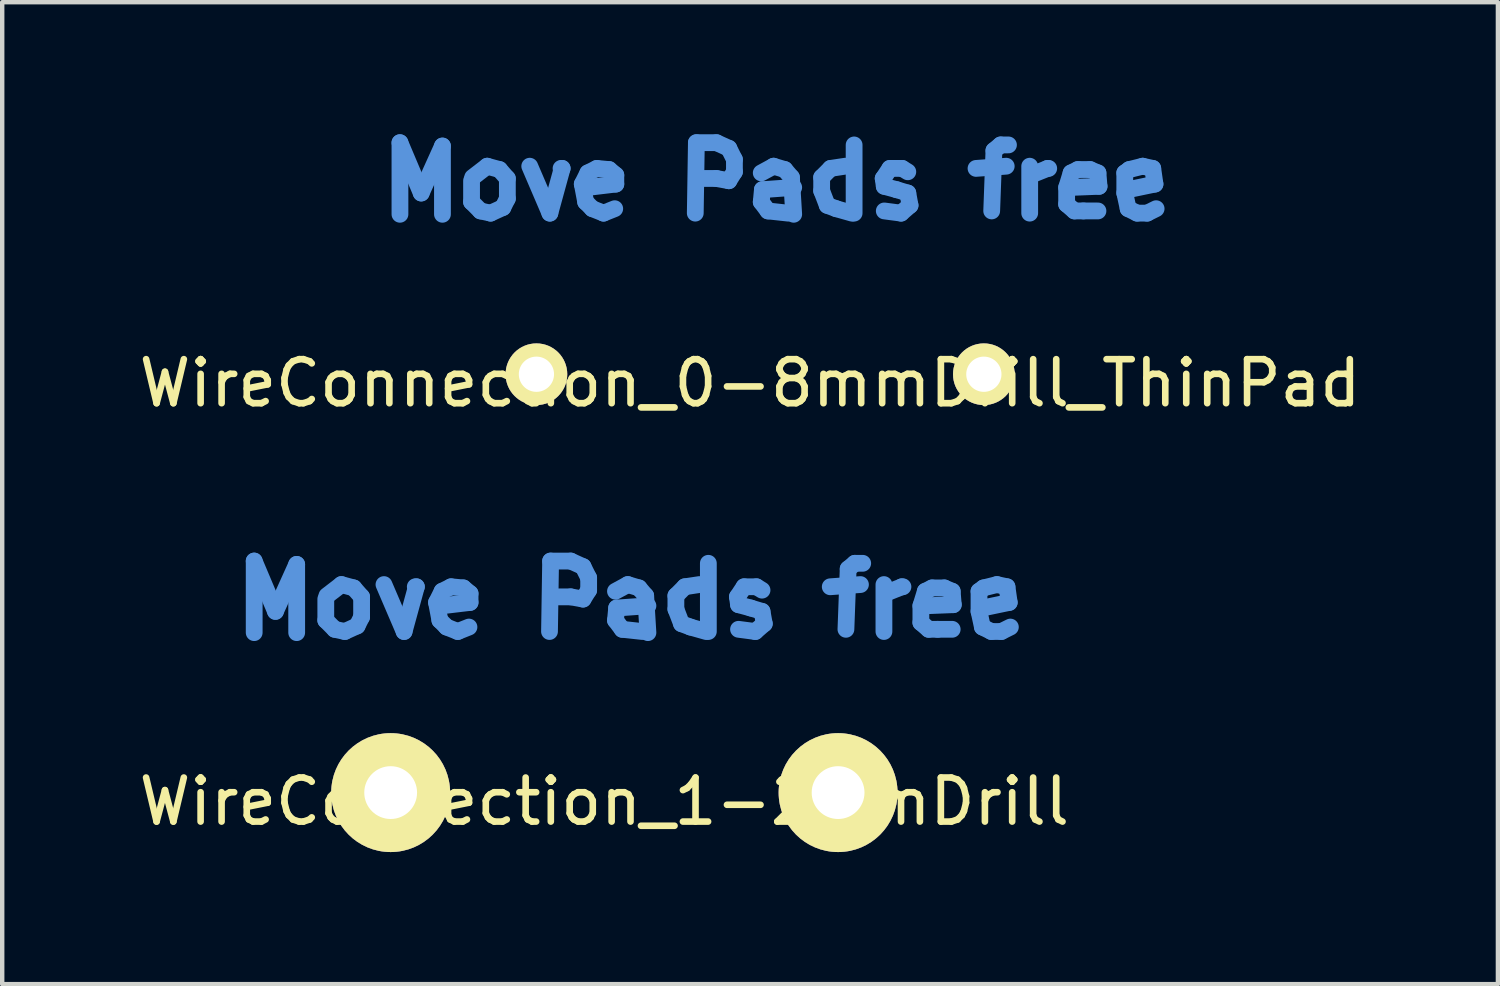
<source format=kicad_pcb>
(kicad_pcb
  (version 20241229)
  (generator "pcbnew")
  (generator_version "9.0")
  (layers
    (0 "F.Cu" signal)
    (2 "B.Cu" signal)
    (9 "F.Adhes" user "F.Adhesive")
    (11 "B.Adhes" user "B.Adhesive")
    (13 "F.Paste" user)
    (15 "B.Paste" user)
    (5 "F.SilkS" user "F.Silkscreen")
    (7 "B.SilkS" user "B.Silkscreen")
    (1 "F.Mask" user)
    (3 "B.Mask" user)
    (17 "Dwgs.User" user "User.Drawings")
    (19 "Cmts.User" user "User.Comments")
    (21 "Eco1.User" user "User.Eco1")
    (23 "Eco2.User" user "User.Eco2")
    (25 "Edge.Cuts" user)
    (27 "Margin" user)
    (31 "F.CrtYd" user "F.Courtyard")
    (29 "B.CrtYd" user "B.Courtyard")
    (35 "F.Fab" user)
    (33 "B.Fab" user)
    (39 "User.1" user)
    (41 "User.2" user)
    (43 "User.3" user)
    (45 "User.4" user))
  (footprint "WireConnection_1-2mmDrill"
    (layer "F.Cu")
    (at 10.901 14.948)
    (property "Reference" "WireConnection_1-2mmDrill" (at -0.229 0.203 0) (layer "F.SilkS") (effects (font (size 1 1) (thickness 0.15))))
    (attr through_hole)
    (fp_line (start -8.179 -5.258) (end -7.696 -4.115) (stroke (width 0.381) (type solid)) (layer "Cmts.User"))
    (fp_line (start -8.179 -3.632) (end -8.179 -5.258) (stroke (width 0.381) (type solid)) (layer "Cmts.User"))
    (fp_line (start -7.696 -4.115) (end -7.214 -5.182) (stroke (width 0.381) (type solid)) (layer "Cmts.User"))
    (fp_line (start -7.214 -5.182) (end -7.214 -3.632) (stroke (width 0.381) (type solid)) (layer "Cmts.User"))
    (fp_line (start -6.553 -4.394) (end -6.553 -3.912) (stroke (width 0.381) (type solid)) (layer "Cmts.User"))
    (fp_line (start -6.553 -3.912) (end -6.35 -3.708) (stroke (width 0.381) (type solid)) (layer "Cmts.User"))
    (fp_line (start -6.35 -3.708) (end -6.121 -3.658) (stroke (width 0.381) (type solid)) (layer "Cmts.User"))
    (fp_line (start -6.198 -4.724) (end -6.528 -4.47) (stroke (width 0.381) (type solid)) (layer "Cmts.User"))
    (fp_line (start -6.121 -3.658) (end -5.842 -3.785) (stroke (width 0.381) (type solid)) (layer "Cmts.User"))
    (fp_line (start -5.918 -4.648) (end -6.198 -4.724) (stroke (width 0.381) (type solid)) (layer "Cmts.User"))
    (fp_line (start -5.842 -3.785) (end -5.74 -3.988) (stroke (width 0.381) (type solid)) (layer "Cmts.User"))
    (fp_line (start -5.74 -4.445) (end -5.918 -4.648) (stroke (width 0.381) (type solid)) (layer "Cmts.User"))
    (fp_line (start -5.74 -3.988) (end -5.74 -4.445) (stroke (width 0.381) (type solid)) (layer "Cmts.User"))
    (fp_line (start -5.232 -4.724) (end -4.775 -3.658) (stroke (width 0.381) (type solid)) (layer "Cmts.User"))
    (fp_line (start -4.775 -3.658) (end -4.496 -4.674) (stroke (width 0.381) (type solid)) (layer "Cmts.User"))
    (fp_line (start -4.496 -4.674) (end -4.521 -4.674) (stroke (width 0.381) (type solid)) (layer "Cmts.User"))
    (fp_line (start -4.039 -4.318) (end -3.912 -4.572) (stroke (width 0.381) (type solid)) (layer "Cmts.User"))
    (fp_line (start -3.962 -3.912) (end -4.039 -4.318) (stroke (width 0.381) (type solid)) (layer "Cmts.User"))
    (fp_line (start -3.912 -4.572) (end -3.708 -4.674) (stroke (width 0.381) (type solid)) (layer "Cmts.User"))
    (fp_line (start -3.81 -3.759) (end -3.962 -3.912) (stroke (width 0.381) (type solid)) (layer "Cmts.User"))
    (fp_line (start -3.708 -4.674) (end -3.429 -4.648) (stroke (width 0.381) (type solid)) (layer "Cmts.User"))
    (fp_line (start -3.556 -3.658) (end -3.81 -3.759) (stroke (width 0.381) (type solid)) (layer "Cmts.User"))
    (fp_line (start -3.429 -4.648) (end -3.277 -4.521) (stroke (width 0.381) (type solid)) (layer "Cmts.User"))
    (fp_line (start -3.302 -3.759) (end -3.556 -3.658) (stroke (width 0.381) (type solid)) (layer "Cmts.User"))
    (fp_line (start -3.277 -4.521) (end -3.277 -4.318) (stroke (width 0.381) (type solid)) (layer "Cmts.User"))
    (fp_line (start -3.277 -4.318) (end -3.912 -4.242) (stroke (width 0.381) (type solid)) (layer "Cmts.User"))
    (fp_line (start -1.473 -3.658) (end -1.448 -5.258) (stroke (width 0.381) (type solid)) (layer "Cmts.User"))
    (fp_line (start -1.448 -5.258) (end -0.991 -5.258) (stroke (width 0.381) (type solid)) (layer "Cmts.User"))
    (fp_line (start -0.991 -5.258) (end -0.711 -5.131) (stroke (width 0.381) (type solid)) (layer "Cmts.User"))
    (fp_line (start -0.991 -4.445) (end -1.448 -4.445) (stroke (width 0.381) (type solid)) (layer "Cmts.User"))
    (fp_line (start -0.711 -5.131) (end -0.584 -4.877) (stroke (width 0.381) (type solid)) (layer "Cmts.User"))
    (fp_line (start -0.711 -4.394) (end -0.991 -4.445) (stroke (width 0.381) (type solid)) (layer "Cmts.User"))
    (fp_line (start -0.584 -4.877) (end -0.584 -4.597) (stroke (width 0.381) (type solid)) (layer "Cmts.User"))
    (fp_line (start -0.584 -4.597) (end -0.711 -4.394) (stroke (width 0.381) (type solid)) (layer "Cmts.User"))
    (fp_line (start 0.025 -4.572) (end 0.305 -4.724) (stroke (width 0.381) (type solid)) (layer "Cmts.User"))
    (fp_line (start 0.025 -3.912) (end 0.051 -4.191) (stroke (width 0.381) (type solid)) (layer "Cmts.User"))
    (fp_line (start 0.051 -4.191) (end 0.762 -4.242) (stroke (width 0.381) (type solid)) (layer "Cmts.User"))
    (fp_line (start 0.178 -3.708) (end 0.025 -3.912) (stroke (width 0.381) (type solid)) (layer "Cmts.User"))
    (fp_line (start 0.305 -4.724) (end 0.559 -4.648) (stroke (width 0.381) (type solid)) (layer "Cmts.User"))
    (fp_line (start 0.559 -4.648) (end 0.711 -4.47) (stroke (width 0.381) (type solid)) (layer "Cmts.User"))
    (fp_line (start 0.635 -3.658) (end 0.178 -3.708) (stroke (width 0.381) (type solid)) (layer "Cmts.User"))
    (fp_line (start 0.711 -4.47) (end 0.762 -3.632) (stroke (width 0.381) (type solid)) (layer "Cmts.User"))
    (fp_line (start 1.397 -4.47) (end 1.6 -4.674) (stroke (width 0.381) (type solid)) (layer "Cmts.User"))
    (fp_line (start 1.397 -4.166) (end 1.397 -4.47) (stroke (width 0.381) (type solid)) (layer "Cmts.User"))
    (fp_line (start 1.524 -3.835) (end 1.397 -4.166) (stroke (width 0.381) (type solid)) (layer "Cmts.User"))
    (fp_line (start 1.6 -4.674) (end 1.93 -4.724) (stroke (width 0.381) (type solid)) (layer "Cmts.User"))
    (fp_line (start 1.727 -3.759) (end 1.524 -3.835) (stroke (width 0.381) (type solid)) (layer "Cmts.User"))
    (fp_line (start 2.083 -3.658) (end 1.727 -3.759) (stroke (width 0.381) (type solid)) (layer "Cmts.User"))
    (fp_line (start 2.134 -5.207) (end 2.134 -3.658) (stroke (width 0.381) (type solid)) (layer "Cmts.User"))
    (fp_line (start 2.794 -4.445) (end 2.819 -4.267) (stroke (width 0.381) (type solid)) (layer "Cmts.User"))
    (fp_line (start 2.819 -4.267) (end 3.099 -4.191) (stroke (width 0.381) (type solid)) (layer "Cmts.User"))
    (fp_line (start 2.946 -4.674) (end 2.794 -4.445) (stroke (width 0.381) (type solid)) (layer "Cmts.User"))
    (fp_line (start 3.099 -4.191) (end 3.353 -4.115) (stroke (width 0.381) (type solid)) (layer "Cmts.User"))
    (fp_line (start 3.2 -3.658) (end 2.819 -3.708) (stroke (width 0.381) (type solid)) (layer "Cmts.User"))
    (fp_line (start 3.226 -4.674) (end 2.946 -4.674) (stroke (width 0.381) (type solid)) (layer "Cmts.User"))
    (fp_line (start 3.353 -4.597) (end 3.226 -4.674) (stroke (width 0.381) (type solid)) (layer "Cmts.User"))
    (fp_line (start 3.353 -4.115) (end 3.404 -3.835) (stroke (width 0.381) (type solid)) (layer "Cmts.User"))
    (fp_line (start 3.404 -3.835) (end 3.2 -3.658) (stroke (width 0.381) (type solid)) (layer "Cmts.User"))
    (fp_line (start 4.902 -4.674) (end 5.588 -4.724) (stroke (width 0.381) (type solid)) (layer "Cmts.User"))
    (fp_line (start 5.309 -5.08) (end 5.258 -3.708) (stroke (width 0.381) (type solid)) (layer "Cmts.User"))
    (fp_line (start 5.461 -5.207) (end 5.309 -5.08) (stroke (width 0.381) (type solid)) (layer "Cmts.User"))
    (fp_line (start 5.639 -5.207) (end 5.461 -5.207) (stroke (width 0.381) (type solid)) (layer "Cmts.User"))
    (fp_line (start 6.121 -4.724) (end 6.121 -3.658) (stroke (width 0.381) (type solid)) (layer "Cmts.User"))
    (fp_line (start 6.147 -4.521) (end 6.528 -4.674) (stroke (width 0.381) (type solid)) (layer "Cmts.User"))
    (fp_line (start 6.528 -4.674) (end 6.553 -4.674) (stroke (width 0.381) (type solid)) (layer "Cmts.User"))
    (fp_line (start 6.96 -4.242) (end 7.061 -4.572) (stroke (width 0.381) (type solid)) (layer "Cmts.User"))
    (fp_line (start 6.96 -3.861) (end 6.96 -4.242) (stroke (width 0.381) (type solid)) (layer "Cmts.User"))
    (fp_line (start 7.061 -4.572) (end 7.214 -4.648) (stroke (width 0.381) (type solid)) (layer "Cmts.User"))
    (fp_line (start 7.137 -3.708) (end 6.96 -3.861) (stroke (width 0.381) (type solid)) (layer "Cmts.User"))
    (fp_line (start 7.214 -4.648) (end 7.493 -4.648) (stroke (width 0.381) (type solid)) (layer "Cmts.User"))
    (fp_line (start 7.341 -3.708) (end 7.137 -3.708) (stroke (width 0.381) (type solid)) (layer "Cmts.User"))
    (fp_line (start 7.493 -4.648) (end 7.671 -4.572) (stroke (width 0.381) (type solid)) (layer "Cmts.User"))
    (fp_line (start 7.671 -4.572) (end 7.696 -4.267) (stroke (width 0.381) (type solid)) (layer "Cmts.User"))
    (fp_line (start 7.671 -3.708) (end 7.341 -3.708) (stroke (width 0.381) (type solid)) (layer "Cmts.User"))
    (fp_line (start 7.696 -4.267) (end 7.061 -4.242) (stroke (width 0.381) (type solid)) (layer "Cmts.User"))
    (fp_line (start 8.28 -4.572) (end 8.382 -4.648) (stroke (width 0.381) (type solid)) (layer "Cmts.User"))
    (fp_line (start 8.28 -4.115) (end 8.28 -4.572) (stroke (width 0.381) (type solid)) (layer "Cmts.User"))
    (fp_line (start 8.357 -4.191) (end 8.357 -4.242) (stroke (width 0.381) (type solid)) (layer "Cmts.User"))
    (fp_line (start 8.357 -3.759) (end 8.28 -4.115) (stroke (width 0.381) (type solid)) (layer "Cmts.User"))
    (fp_line (start 8.382 -4.648) (end 8.687 -4.724) (stroke (width 0.381) (type solid)) (layer "Cmts.User"))
    (fp_line (start 8.56 -3.658) (end 8.357 -3.759) (stroke (width 0.381) (type solid)) (layer "Cmts.User"))
    (fp_line (start 8.687 -4.724) (end 8.915 -4.674) (stroke (width 0.381) (type solid)) (layer "Cmts.User"))
    (fp_line (start 8.788 -3.658) (end 8.56 -3.658) (stroke (width 0.381) (type solid)) (layer "Cmts.User"))
    (fp_line (start 8.915 -4.674) (end 8.966 -4.318) (stroke (width 0.381) (type solid)) (layer "Cmts.User"))
    (fp_line (start 8.966 -4.318) (end 8.357 -4.191) (stroke (width 0.381) (type solid)) (layer "Cmts.User"))
    (fp_line (start 8.992 -3.759) (end 8.788 -3.658) (stroke (width 0.381) (type solid)) (layer "Cmts.User"))
    (pad "1" thru_hole circle (at -5.08 0) (size 2.7 2.7) (drill 1.199) (layers "*.Cu" "*.Mask" "F.SilkS"))
    (pad "2" thru_hole circle (at 5.08 0) (size 2.7 2.7) (drill 1.199) (layers "*.Cu" "*.Mask" "F.SilkS")))
  (footprint "WireConnection_0-8mmDrill_ThinPad"
    (layer "F.Cu")
    (at 14.211 5.448)
    (property "Reference" "WireConnection_0-8mmDrill_ThinPad" (at -0.229 0.203 0) (layer "F.SilkS") (effects (font (size 1 1) (thickness 0.15))))
    (attr through_hole)
    (fp_line (start -8.179 -5.258) (end -7.696 -4.115) (stroke (width 0.381) (type solid)) (layer "Cmts.User"))
    (fp_line (start -8.179 -3.632) (end -8.179 -5.258) (stroke (width 0.381) (type solid)) (layer "Cmts.User"))
    (fp_line (start -7.696 -4.115) (end -7.214 -5.182) (stroke (width 0.381) (type solid)) (layer "Cmts.User"))
    (fp_line (start -7.214 -5.182) (end -7.214 -3.632) (stroke (width 0.381) (type solid)) (layer "Cmts.User"))
    (fp_line (start -6.553 -4.394) (end -6.553 -3.912) (stroke (width 0.381) (type solid)) (layer "Cmts.User"))
    (fp_line (start -6.553 -3.912) (end -6.35 -3.708) (stroke (width 0.381) (type solid)) (layer "Cmts.User"))
    (fp_line (start -6.35 -3.708) (end -6.121 -3.658) (stroke (width 0.381) (type solid)) (layer "Cmts.User"))
    (fp_line (start -6.198 -4.724) (end -6.528 -4.47) (stroke (width 0.381) (type solid)) (layer "Cmts.User"))
    (fp_line (start -6.121 -3.658) (end -5.842 -3.785) (stroke (width 0.381) (type solid)) (layer "Cmts.User"))
    (fp_line (start -5.918 -4.648) (end -6.198 -4.724) (stroke (width 0.381) (type solid)) (layer "Cmts.User"))
    (fp_line (start -5.842 -3.785) (end -5.74 -3.988) (stroke (width 0.381) (type solid)) (layer "Cmts.User"))
    (fp_line (start -5.74 -4.445) (end -5.918 -4.648) (stroke (width 0.381) (type solid)) (layer "Cmts.User"))
    (fp_line (start -5.74 -3.988) (end -5.74 -4.445) (stroke (width 0.381) (type solid)) (layer "Cmts.User"))
    (fp_line (start -5.232 -4.724) (end -4.775 -3.658) (stroke (width 0.381) (type solid)) (layer "Cmts.User"))
    (fp_line (start -4.775 -3.658) (end -4.496 -4.674) (stroke (width 0.381) (type solid)) (layer "Cmts.User"))
    (fp_line (start -4.496 -4.674) (end -4.521 -4.674) (stroke (width 0.381) (type solid)) (layer "Cmts.User"))
    (fp_line (start -4.039 -4.318) (end -3.912 -4.572) (stroke (width 0.381) (type solid)) (layer "Cmts.User"))
    (fp_line (start -3.962 -3.912) (end -4.039 -4.318) (stroke (width 0.381) (type solid)) (layer "Cmts.User"))
    (fp_line (start -3.912 -4.572) (end -3.708 -4.674) (stroke (width 0.381) (type solid)) (layer "Cmts.User"))
    (fp_line (start -3.81 -3.759) (end -3.962 -3.912) (stroke (width 0.381) (type solid)) (layer "Cmts.User"))
    (fp_line (start -3.708 -4.674) (end -3.429 -4.648) (stroke (width 0.381) (type solid)) (layer "Cmts.User"))
    (fp_line (start -3.556 -3.658) (end -3.81 -3.759) (stroke (width 0.381) (type solid)) (layer "Cmts.User"))
    (fp_line (start -3.429 -4.648) (end -3.277 -4.521) (stroke (width 0.381) (type solid)) (layer "Cmts.User"))
    (fp_line (start -3.302 -3.759) (end -3.556 -3.658) (stroke (width 0.381) (type solid)) (layer "Cmts.User"))
    (fp_line (start -3.277 -4.521) (end -3.277 -4.318) (stroke (width 0.381) (type solid)) (layer "Cmts.User"))
    (fp_line (start -3.277 -4.318) (end -3.912 -4.242) (stroke (width 0.381) (type solid)) (layer "Cmts.User"))
    (fp_line (start -1.473 -3.658) (end -1.448 -5.258) (stroke (width 0.381) (type solid)) (layer "Cmts.User"))
    (fp_line (start -1.448 -5.258) (end -0.991 -5.258) (stroke (width 0.381) (type solid)) (layer "Cmts.User"))
    (fp_line (start -0.991 -5.258) (end -0.711 -5.131) (stroke (width 0.381) (type solid)) (layer "Cmts.User"))
    (fp_line (start -0.991 -4.445) (end -1.448 -4.445) (stroke (width 0.381) (type solid)) (layer "Cmts.User"))
    (fp_line (start -0.711 -5.131) (end -0.584 -4.877) (stroke (width 0.381) (type solid)) (layer "Cmts.User"))
    (fp_line (start -0.711 -4.394) (end -0.991 -4.445) (stroke (width 0.381) (type solid)) (layer "Cmts.User"))
    (fp_line (start -0.584 -4.877) (end -0.584 -4.597) (stroke (width 0.381) (type solid)) (layer "Cmts.User"))
    (fp_line (start -0.584 -4.597) (end -0.711 -4.394) (stroke (width 0.381) (type solid)) (layer "Cmts.User"))
    (fp_line (start 0.025 -4.572) (end 0.305 -4.724) (stroke (width 0.381) (type solid)) (layer "Cmts.User"))
    (fp_line (start 0.025 -3.912) (end 0.051 -4.191) (stroke (width 0.381) (type solid)) (layer "Cmts.User"))
    (fp_line (start 0.051 -4.191) (end 0.762 -4.242) (stroke (width 0.381) (type solid)) (layer "Cmts.User"))
    (fp_line (start 0.178 -3.708) (end 0.025 -3.912) (stroke (width 0.381) (type solid)) (layer "Cmts.User"))
    (fp_line (start 0.305 -4.724) (end 0.559 -4.648) (stroke (width 0.381) (type solid)) (layer "Cmts.User"))
    (fp_line (start 0.559 -4.648) (end 0.711 -4.47) (stroke (width 0.381) (type solid)) (layer "Cmts.User"))
    (fp_line (start 0.635 -3.658) (end 0.178 -3.708) (stroke (width 0.381) (type solid)) (layer "Cmts.User"))
    (fp_line (start 0.711 -4.47) (end 0.762 -3.632) (stroke (width 0.381) (type solid)) (layer "Cmts.User"))
    (fp_line (start 1.397 -4.47) (end 1.6 -4.674) (stroke (width 0.381) (type solid)) (layer "Cmts.User"))
    (fp_line (start 1.397 -4.166) (end 1.397 -4.47) (stroke (width 0.381) (type solid)) (layer "Cmts.User"))
    (fp_line (start 1.524 -3.835) (end 1.397 -4.166) (stroke (width 0.381) (type solid)) (layer "Cmts.User"))
    (fp_line (start 1.6 -4.674) (end 1.93 -4.724) (stroke (width 0.381) (type solid)) (layer "Cmts.User"))
    (fp_line (start 1.727 -3.759) (end 1.524 -3.835) (stroke (width 0.381) (type solid)) (layer "Cmts.User"))
    (fp_line (start 2.083 -3.658) (end 1.727 -3.759) (stroke (width 0.381) (type solid)) (layer "Cmts.User"))
    (fp_line (start 2.134 -5.207) (end 2.134 -3.658) (stroke (width 0.381) (type solid)) (layer "Cmts.User"))
    (fp_line (start 2.794 -4.445) (end 2.819 -4.267) (stroke (width 0.381) (type solid)) (layer "Cmts.User"))
    (fp_line (start 2.819 -4.267) (end 3.099 -4.191) (stroke (width 0.381) (type solid)) (layer "Cmts.User"))
    (fp_line (start 2.946 -4.674) (end 2.794 -4.445) (stroke (width 0.381) (type solid)) (layer "Cmts.User"))
    (fp_line (start 3.099 -4.191) (end 3.353 -4.115) (stroke (width 0.381) (type solid)) (layer "Cmts.User"))
    (fp_line (start 3.2 -3.658) (end 2.819 -3.708) (stroke (width 0.381) (type solid)) (layer "Cmts.User"))
    (fp_line (start 3.226 -4.674) (end 2.946 -4.674) (stroke (width 0.381) (type solid)) (layer "Cmts.User"))
    (fp_line (start 3.353 -4.597) (end 3.226 -4.674) (stroke (width 0.381) (type solid)) (layer "Cmts.User"))
    (fp_line (start 3.353 -4.115) (end 3.404 -3.835) (stroke (width 0.381) (type solid)) (layer "Cmts.User"))
    (fp_line (start 3.404 -3.835) (end 3.2 -3.658) (stroke (width 0.381) (type solid)) (layer "Cmts.User"))
    (fp_line (start 4.902 -4.674) (end 5.588 -4.724) (stroke (width 0.381) (type solid)) (layer "Cmts.User"))
    (fp_line (start 5.309 -5.08) (end 5.258 -3.708) (stroke (width 0.381) (type solid)) (layer "Cmts.User"))
    (fp_line (start 5.461 -5.207) (end 5.309 -5.08) (stroke (width 0.381) (type solid)) (layer "Cmts.User"))
    (fp_line (start 5.639 -5.207) (end 5.461 -5.207) (stroke (width 0.381) (type solid)) (layer "Cmts.User"))
    (fp_line (start 6.121 -4.724) (end 6.121 -3.658) (stroke (width 0.381) (type solid)) (layer "Cmts.User"))
    (fp_line (start 6.147 -4.521) (end 6.528 -4.674) (stroke (width 0.381) (type solid)) (layer "Cmts.User"))
    (fp_line (start 6.528 -4.674) (end 6.553 -4.674) (stroke (width 0.381) (type solid)) (layer "Cmts.User"))
    (fp_line (start 6.96 -4.242) (end 7.061 -4.572) (stroke (width 0.381) (type solid)) (layer "Cmts.User"))
    (fp_line (start 6.96 -3.861) (end 6.96 -4.242) (stroke (width 0.381) (type solid)) (layer "Cmts.User"))
    (fp_line (start 7.061 -4.572) (end 7.214 -4.648) (stroke (width 0.381) (type solid)) (layer "Cmts.User"))
    (fp_line (start 7.137 -3.708) (end 6.96 -3.861) (stroke (width 0.381) (type solid)) (layer "Cmts.User"))
    (fp_line (start 7.214 -4.648) (end 7.493 -4.648) (stroke (width 0.381) (type solid)) (layer "Cmts.User"))
    (fp_line (start 7.341 -3.708) (end 7.137 -3.708) (stroke (width 0.381) (type solid)) (layer "Cmts.User"))
    (fp_line (start 7.493 -4.648) (end 7.671 -4.572) (stroke (width 0.381) (type solid)) (layer "Cmts.User"))
    (fp_line (start 7.671 -4.572) (end 7.696 -4.267) (stroke (width 0.381) (type solid)) (layer "Cmts.User"))
    (fp_line (start 7.671 -3.708) (end 7.341 -3.708) (stroke (width 0.381) (type solid)) (layer "Cmts.User"))
    (fp_line (start 7.696 -4.267) (end 7.061 -4.242) (stroke (width 0.381) (type solid)) (layer "Cmts.User"))
    (fp_line (start 8.28 -4.572) (end 8.382 -4.648) (stroke (width 0.381) (type solid)) (layer "Cmts.User"))
    (fp_line (start 8.28 -4.115) (end 8.28 -4.572) (stroke (width 0.381) (type solid)) (layer "Cmts.User"))
    (fp_line (start 8.357 -4.191) (end 8.357 -4.242) (stroke (width 0.381) (type solid)) (layer "Cmts.User"))
    (fp_line (start 8.357 -3.759) (end 8.28 -4.115) (stroke (width 0.381) (type solid)) (layer "Cmts.User"))
    (fp_line (start 8.382 -4.648) (end 8.687 -4.724) (stroke (width 0.381) (type solid)) (layer "Cmts.User"))
    (fp_line (start 8.56 -3.658) (end 8.357 -3.759) (stroke (width 0.381) (type solid)) (layer "Cmts.User"))
    (fp_line (start 8.687 -4.724) (end 8.915 -4.674) (stroke (width 0.381) (type solid)) (layer "Cmts.User"))
    (fp_line (start 8.788 -3.658) (end 8.56 -3.658) (stroke (width 0.381) (type solid)) (layer "Cmts.User"))
    (fp_line (start 8.915 -4.674) (end 8.966 -4.318) (stroke (width 0.381) (type solid)) (layer "Cmts.User"))
    (fp_line (start 8.966 -4.318) (end 8.357 -4.191) (stroke (width 0.381) (type solid)) (layer "Cmts.User"))
    (fp_line (start 8.992 -3.759) (end 8.788 -3.658) (stroke (width 0.381) (type solid)) (layer "Cmts.User"))
    (pad "1" thru_hole circle (at -5.08 0) (size 1.4 1.4) (drill 0.8) (layers "*.Cu" "*.Mask" "F.SilkS"))
    (pad "2" thru_hole circle (at 5.08 0) (size 1.4 1.4) (drill 0.8) (layers "*.Cu" "*.Mask" "F.SilkS")))
  (gr_rect
    (start -3 -3)
    (end 30.964 19.298)
    (stroke (width 0.1) (type default))
    (fill no)
    (layer "Edge.Cuts")))
</source>
